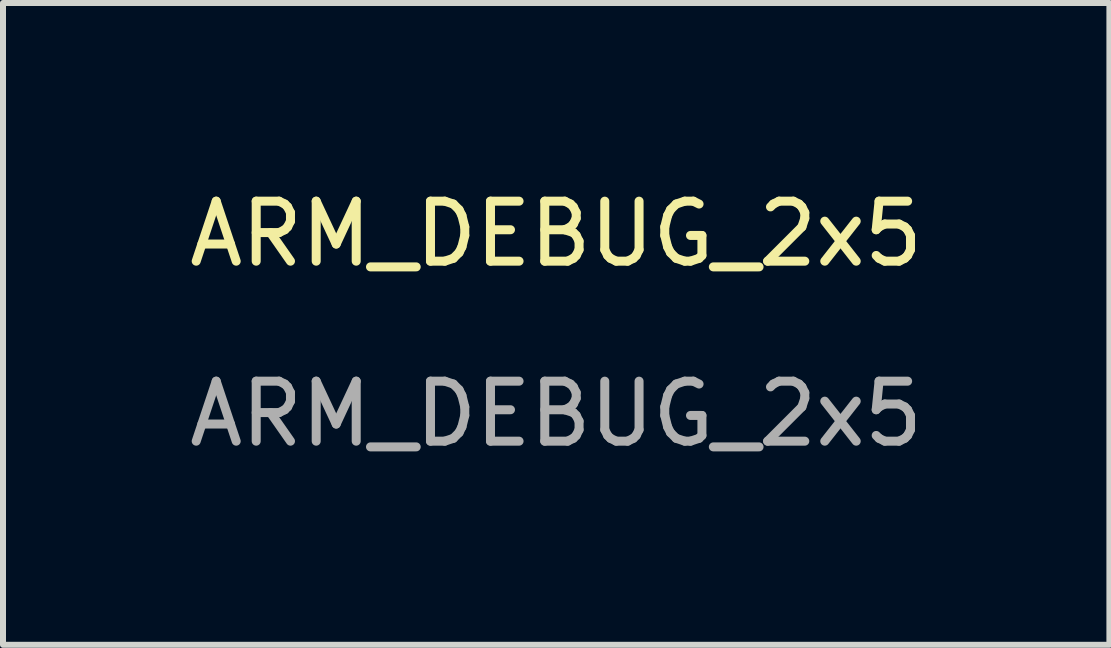
<source format=kicad_pcb>
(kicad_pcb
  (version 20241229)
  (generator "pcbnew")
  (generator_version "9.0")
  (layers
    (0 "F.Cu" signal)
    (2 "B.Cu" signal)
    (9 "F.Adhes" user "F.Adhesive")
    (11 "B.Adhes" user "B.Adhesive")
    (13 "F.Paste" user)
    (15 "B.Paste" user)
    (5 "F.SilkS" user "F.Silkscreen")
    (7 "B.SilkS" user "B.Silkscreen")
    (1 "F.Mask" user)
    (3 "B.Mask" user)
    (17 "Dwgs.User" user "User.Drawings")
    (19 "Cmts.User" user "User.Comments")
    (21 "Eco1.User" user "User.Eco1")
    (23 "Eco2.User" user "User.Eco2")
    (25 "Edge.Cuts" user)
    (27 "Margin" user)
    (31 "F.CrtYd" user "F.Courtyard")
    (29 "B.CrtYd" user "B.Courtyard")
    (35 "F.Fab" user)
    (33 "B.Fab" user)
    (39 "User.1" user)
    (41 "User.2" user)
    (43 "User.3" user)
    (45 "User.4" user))
  (footprint "ARM_DEBUG_2x5"
    (layer "F.Cu")
    (at 6.22 1.348)
    (property "Reference" "ARM_DEBUG_2x5" (at 0 -0.5 0) (unlocked yes) (layer "F.SilkS") (effects (font (size 1 1) (thickness 0.15))))
    (attr through_hole)
    (fp_text user "${REFERENCE}" (at 0 2.5 0) (unlocked yes) (layer "F.Fab") (effects (font (size 1 1) (thickness 0.15)))))
  (gr_rect
    (start -3 -3)
    (end 15.44 7.697)
    (stroke (width 0.1) (type default))
    (fill no)
    (layer "Edge.Cuts")))
</source>
